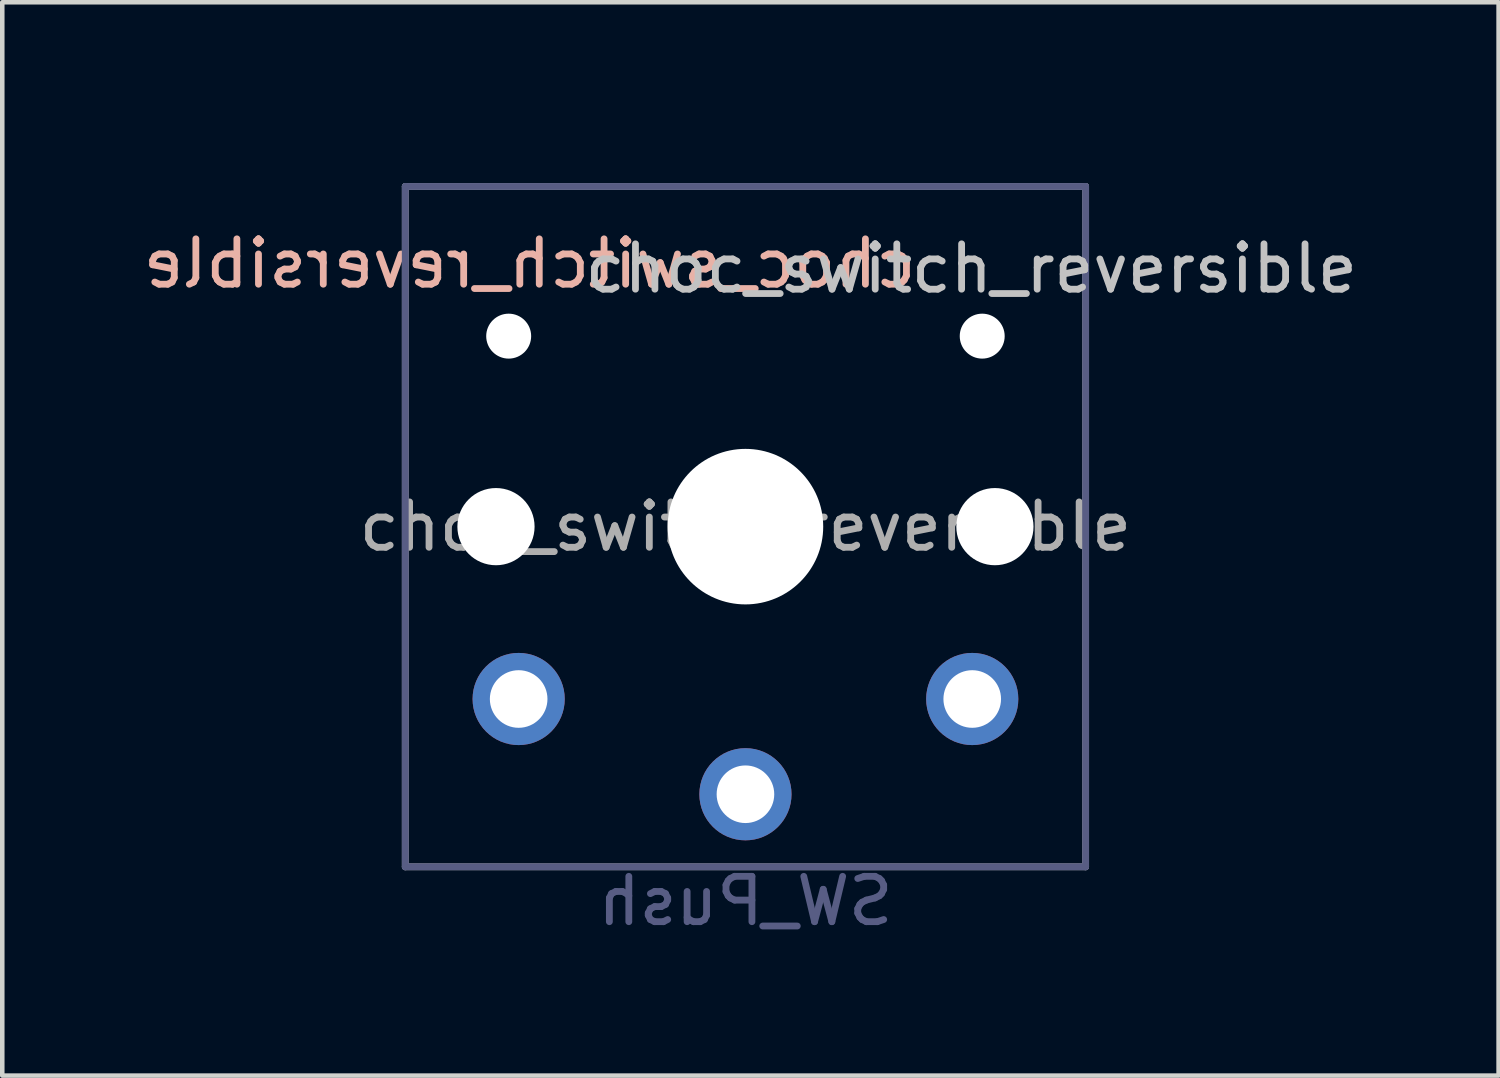
<source format=kicad_pcb>
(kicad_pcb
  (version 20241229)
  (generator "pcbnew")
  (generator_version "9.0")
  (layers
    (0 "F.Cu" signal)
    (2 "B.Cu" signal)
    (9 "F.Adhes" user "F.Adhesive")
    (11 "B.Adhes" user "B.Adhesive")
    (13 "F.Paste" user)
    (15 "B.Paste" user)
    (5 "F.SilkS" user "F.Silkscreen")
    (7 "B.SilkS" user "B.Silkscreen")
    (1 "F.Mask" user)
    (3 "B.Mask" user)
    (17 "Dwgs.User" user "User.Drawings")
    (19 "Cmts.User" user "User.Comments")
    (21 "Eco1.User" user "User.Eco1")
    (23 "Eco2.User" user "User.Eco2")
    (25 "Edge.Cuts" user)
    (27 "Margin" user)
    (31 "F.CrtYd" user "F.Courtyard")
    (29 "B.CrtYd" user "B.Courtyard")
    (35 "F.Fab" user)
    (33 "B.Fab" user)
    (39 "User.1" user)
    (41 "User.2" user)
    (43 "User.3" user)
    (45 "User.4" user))
  (footprint "choc_switch_reversible"
    (layer "F.Cu")
    (at 13.385 8.561)
    (property "Reference" "choc_switch_reversible" (at 4.98 -5.69 0) (layer "Dwgs.User") (effects (font (size 1 1) (thickness 0.15))))
    (property "Value" "SW_Push" (at -0.07 8.17 0) (layer "Dwgs.User") (hide yes) (effects (font (size 1 1) (thickness 0.15))))
    (attr through_hole)
    (fp_line (start -9 8.136) (end -8.994 -8.1) (stroke (width 0.12) (type solid)) (layer "Eco1.User"))
    (fp_line (start -8.63 -8.5) (end 8.6 -8.5) (stroke (width 0.12) (type solid)) (layer "Eco1.User"))
    (fp_line (start -8.6 8.5) (end 8.636 8.5) (stroke (width 0.12) (type solid)) (layer "Eco1.User"))
    (fp_line (start 9 8.1) (end 9 -8.136) (stroke (width 0.12) (type solid)) (layer "Eco1.User"))
    (fp_arc (start -8.994011 -8.099594) (mid -8.898745 -8.378652) (end -8.63 -8.5) (stroke (width 0.12) (type solid)) (layer "Eco1.User"))
    (fp_arc (start -8.6 8.49968) (mid -8.879058 8.404414) (end -9.000406 8.135669) (stroke (width 0.12) (type solid)) (layer "Eco1.User"))
    (fp_arc (start 8.599915 -8.5) (mid 8.878973 -8.404734) (end 9.000321 -8.135989) (stroke (width 0.12) (type solid)) (layer "Eco1.User"))
    (fp_arc (start 9 8.1) (mid 8.904734 8.379058) (end 8.635989 8.500406) (stroke (width 0.12) (type solid)) (layer "Eco1.User"))
    (fp_line (start -6.9 6.9) (end -6.9 -6.9) (stroke (width 0.15) (type solid)) (layer "Eco2.User"))
    (fp_line (start -6.9 6.9) (end 6.9 6.9) (stroke (width 0.15) (type solid)) (layer "Eco2.User"))
    (fp_line (start -2.6 -3.1) (end -2.6 -6.3) (stroke (width 0.15) (type solid)) (layer "Eco2.User"))
    (fp_line (start -2.6 -3.1) (end 2.6 -3.1) (stroke (width 0.15) (type solid)) (layer "Eco2.User"))
    (fp_line (start 2.6 -6.3) (end -2.6 -6.3) (stroke (width 0.15) (type solid)) (layer "Eco2.User"))
    (fp_line (start 2.6 -3.1) (end 2.6 -6.3) (stroke (width 0.15) (type solid)) (layer "Eco2.User"))
    (fp_line (start 6.9 -6.9) (end -6.9 -6.9) (stroke (width 0.15) (type solid)) (layer "Eco2.User"))
    (fp_line (start 6.9 -6.9) (end 6.9 6.9) (stroke (width 0.15) (type solid)) (layer "Eco2.User"))
    (fp_line (start -7.5 -7.5) (end 7.5 -7.5) (stroke (width 0.15) (type solid)) (layer "B.Fab"))
    (fp_line (start -7.5 7.5) (end -7.5 -7.5) (stroke (width 0.15) (type solid)) (layer "B.Fab"))
    (fp_line (start 7.5 -7.5) (end 7.5 7.5) (stroke (width 0.15) (type solid)) (layer "B.Fab"))
    (fp_line (start 7.5 7.5) (end -7.5 7.5) (stroke (width 0.15) (type solid)) (layer "B.Fab"))
    (fp_line (start -7.5 -7.5) (end 7.5 -7.5) (stroke (width 0.15) (type solid)) (layer "F.Fab"))
    (fp_line (start -7.5 7.5) (end -7.5 -7.5) (stroke (width 0.15) (type solid)) (layer "F.Fab"))
    (fp_line (start 7.5 -7.5) (end 7.5 7.5) (stroke (width 0.15) (type solid)) (layer "F.Fab"))
    (fp_line (start 7.5 7.5) (end -7.5 7.5) (stroke (width 0.15) (type solid)) (layer "F.Fab"))
    (fp_text user "${REFERENCE}" (at -4.76 -5.8 0) (layer "B.SilkS") (effects (font (size 1 1) (thickness 0.15)) (justify mirror)))
    (fp_text user "${VALUE}" (at 0 8.255 0) (layer "B.Fab") (effects (font (size 1 1) (thickness 0.15)) (justify mirror)))
    (fp_text user "${REFERENCE}" (at 0 0 0) (layer "F.Fab") (effects (font (size 1 1) (thickness 0.15))))
    (pad "" np_thru_hole circle (at -5.5 0) (size 1.702 1.702) (drill 1.702) (layers "*.Cu" "*.Mask"))
    (pad "" np_thru_hole circle (at -5.22 -4.2) (size 0.991 0.991) (drill 0.991) (layers "*.Cu" "*.Mask"))
    (pad "" np_thru_hole circle (at 0 0) (size 3.429 3.429) (drill 3.429) (layers "*.Cu" "*.Mask"))
    (pad "" np_thru_hole circle (at 5.22 -4.2) (size 0.991 0.991) (drill 0.991) (layers "*.Cu" "*.Mask"))
    (pad "" np_thru_hole circle (at 5.5 0) (size 1.702 1.702) (drill 1.702) (layers "*.Cu" "*.Mask"))
    (pad "1" thru_hole circle (at 0 5.9) (size 2.032 2.032) (drill 1.27) (layers "*.Cu" "*.Mask"))
    (pad "2" thru_hole circle (at -5 3.8) (size 2.032 2.032) (drill 1.27) (layers "*.Cu" "*.Mask"))
    (pad "2" thru_hole circle (at 5 3.8) (size 2.032 2.032) (drill 1.27) (layers "*.Cu" "*.Mask")))
  (gr_rect
    (start -3 -3)
    (end 29.99 20.664)
    (stroke (width 0.1) (type default))
    (fill no)
    (layer "Edge.Cuts")))
</source>
